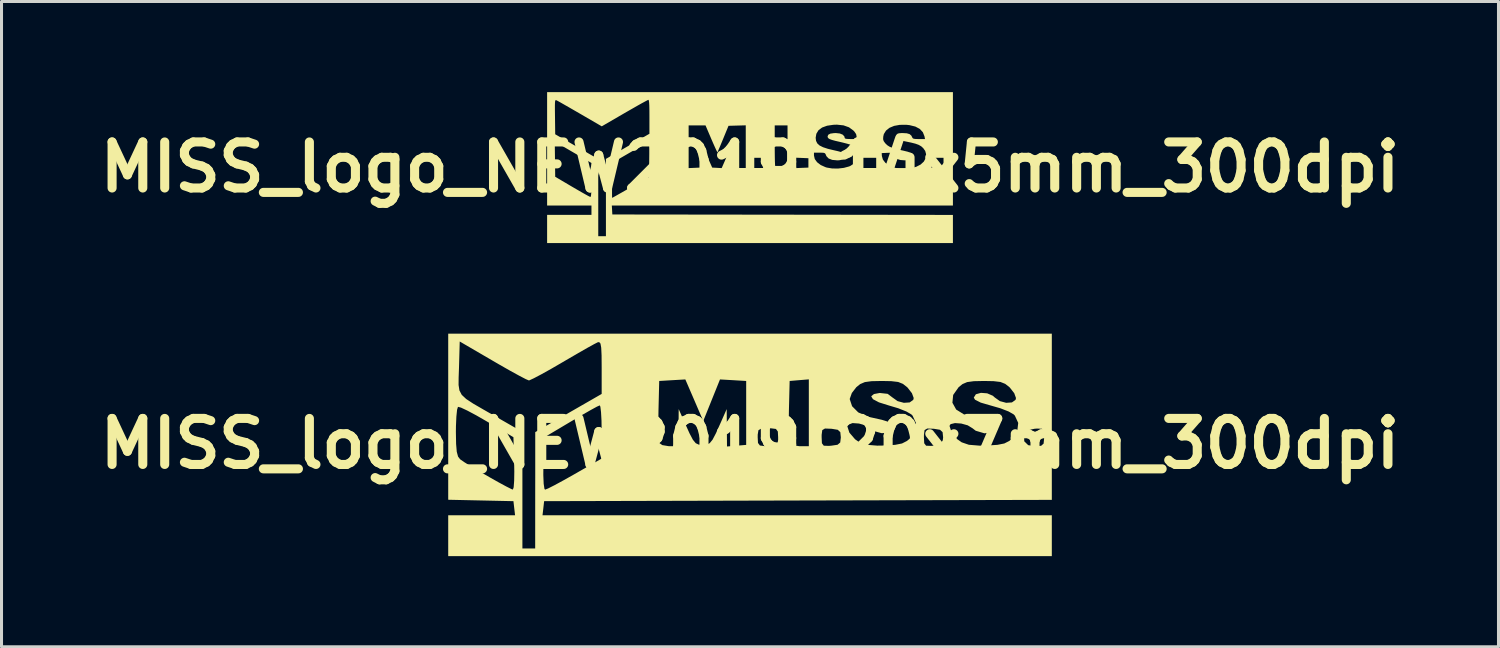
<source format=kicad_pcb>
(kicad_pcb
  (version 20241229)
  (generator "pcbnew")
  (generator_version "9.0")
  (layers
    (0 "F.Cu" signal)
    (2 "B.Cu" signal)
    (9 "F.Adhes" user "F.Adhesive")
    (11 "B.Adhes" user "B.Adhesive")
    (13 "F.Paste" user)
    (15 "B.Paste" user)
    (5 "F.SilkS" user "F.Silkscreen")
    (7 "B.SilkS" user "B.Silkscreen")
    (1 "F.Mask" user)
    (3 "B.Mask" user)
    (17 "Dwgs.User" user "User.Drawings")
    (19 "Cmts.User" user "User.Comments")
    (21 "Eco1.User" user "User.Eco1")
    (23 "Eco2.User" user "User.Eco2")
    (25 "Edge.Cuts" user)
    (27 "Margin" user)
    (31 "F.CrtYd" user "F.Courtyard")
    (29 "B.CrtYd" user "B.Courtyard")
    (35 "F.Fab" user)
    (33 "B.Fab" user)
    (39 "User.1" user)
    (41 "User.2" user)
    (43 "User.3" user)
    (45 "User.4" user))
  (footprint "MISS_logo_NEW2019_14x5mm_300dpi"
    (layer "F.Cu")
    (at 21.779 2.484)
    (property "Reference" "MISS_logo_NEW2019_14x5mm_300dpi" (at 0 0 0) (layer "F.SilkS") (effects (font (size 1.524 1.524) (thickness 0.3))))
    (attr board_only exclude_from_pos_files exclude_from_bom)
    (fp_poly (pts (xy 6.717 1.27) (xy -4.575 1.27) (xy -4.566 1.418) (xy -4.558 1.566) (xy 1.079 1.573) (xy 6.717 1.581) (xy 6.717 2.512) (xy -6.717 2.512) (xy -6.717 1.58) (xy -5.249 1.58) (xy -5.249 1.27) (xy -6.717 1.27) (xy -6.717 -0.846) (xy -6.464 -0.846) (xy -6.449 0.318) (xy -5.884 0.651) (xy -5.722 0.745) (xy -5.575 0.83) (xy -5.451 0.9) (xy -5.356 0.952) (xy -5.298 0.981) (xy -5.285 0.986) (xy -5.272 0.973) (xy -5.263 0.931) (xy -5.256 0.853) (xy -5.252 0.733) (xy -5.25 0.567) (xy -5.249 0.425) (xy -5.249 -0.138) (xy -5.51 -0.291) (xy -5.639 -0.366) (xy -5.797 -0.458) (xy -5.964 -0.555) (xy -6.118 -0.645) (xy -6.464 -0.846) (xy -6.717 -0.846) (xy -6.717 -2.038) (xy -6.459 -2.038) (xy -6.459 -1.909) (xy -6.457 -1.732) (xy -6.456 -1.663) (xy -6.449 -1.089) (xy -5.737 -0.679) (xy -5.025 -0.268) (xy -5.024 1.009) (xy -5.024 2.286) (xy -4.77 2.286) (xy -4.77 0.762) (xy -4.568 0.762) (xy -4.568 0.887) (xy -4.567 0.973) (xy -4.565 1.014) (xy -4.564 1.016) (xy -4.538 1.003) (xy -4.47 0.965) (xy -4.366 0.906) (xy -4.233 0.831) (xy -4.079 0.743) (xy -3.949 0.669) (xy -3.344 0.322) (xy -3.34 0.031) (xy -2.032 0.031) (xy -1.651 0.014) (xy -1.637 -0.406) (xy -1.623 -0.826) (xy -1.438 -0.406) (xy -1.252 0.014) (xy -1.095 0.022) (xy -0.938 0.031) (xy -0.744 -0.412) (xy -0.55 -0.856) (xy -0.543 -0.414) (xy -0.535 0.028) (xy -0.141 0.028) (xy 0.141 0.028) (xy 0.536 0.028) (xy 0.536 -0.31) (xy 0.141 -0.31) (xy 0.141 0.028) (xy -0.141 0.028) (xy -0.141 -0.696) (xy 0.818 -0.696) (xy 0.819 -0.505) (xy 0.821 -0.332) (xy 0.824 -0.187) (xy 0.829 -0.076) (xy 0.833 -0.008) (xy 0.837 0.009) (xy 0.873 0.019) (xy 0.949 0.026) (xy 1.048 0.028) (xy 1.242 0.028) (xy 1.242 -0.313) (xy 1.524 -0.313) (xy 1.524 0.031) (xy 1.729 0.022) (xy 1.933 0.014) (xy 1.933 -0.296) (xy 1.729 -0.305) (xy 1.524 -0.313) (xy 1.242 -0.313) (xy 1.242 -0.385) (xy 2.117 -0.385) (xy 2.144 -0.269) (xy 2.221 -0.163) (xy 2.341 -0.071) (xy 2.498 -0.000071) (xy 2.544 0.014) (xy 2.717 0.043) (xy 2.912 0.046) (xy 3.066 0.028) (xy 3.754 0.028) (xy 4.177 0.028) (xy 4.177 -0.31) (xy 3.754 -0.31) (xy 3.754 0.028) (xy 3.066 0.028) (xy 3.107 0.023) (xy 3.278 -0.023) (xy 3.317 -0.039) (xy 3.448 -0.123) (xy 3.537 -0.228) (xy 3.582 -0.346) (xy 3.584 -0.466) (xy 4.36 -0.466) (xy 4.365 -0.37) (xy 4.398 -0.253) (xy 4.479 -0.146) (xy 4.601 -0.057) (xy 4.757 0.009) (xy 4.831 0.028) (xy 4.962 0.043) (xy 5.121 0.044) (xy 5.285 0.032) (xy 5.306 0.028) (xy 6.011 0.028) (xy 6.406 0.028) (xy 6.406 -0.31) (xy 6.011 -0.31) (xy 6.011 0.028) (xy 5.306 0.028) (xy 5.431 0.008) (xy 5.503 -0.013) (xy 5.648 -0.087) (xy 5.753 -0.184) (xy 5.815 -0.297) (xy 5.832 -0.417) (xy 5.8 -0.537) (xy 5.734 -0.63) (xy 5.667 -0.691) (xy 5.585 -0.738) (xy 5.478 -0.777) (xy 5.332 -0.814) (xy 5.244 -0.832) (xy 5.068 -0.869) (xy 4.942 -0.902) (xy 4.861 -0.933) (xy 4.82 -0.967) (xy 4.812 -1.006) (xy 4.834 -1.054) (xy 4.844 -1.069) (xy 4.878 -1.104) (xy 4.93 -1.122) (xy 5.015 -1.129) (xy 5.055 -1.129) (xy 5.191 -1.121) (xy 5.283 -1.094) (xy 5.34 -1.045) (xy 5.363 -1) (xy 5.381 -0.964) (xy 5.41 -0.944) (xy 5.464 -0.934) (xy 5.556 -0.931) (xy 5.591 -0.931) (xy 5.793 -0.931) (xy 5.775 -1.023) (xy 5.721 -1.158) (xy 5.62 -1.266) (xy 5.473 -1.344) (xy 5.282 -1.391) (xy 5.173 -1.403) (xy 4.958 -1.401) (xy 4.771 -1.367) (xy 4.617 -1.303) (xy 4.502 -1.211) (xy 4.43 -1.095) (xy 4.411 -1.013) (xy 4.406 -0.927) (xy 4.424 -0.865) (xy 4.471 -0.799) (xy 4.485 -0.783) (xy 4.544 -0.726) (xy 4.617 -0.679) (xy 4.713 -0.638) (xy 4.843 -0.6) (xy 5.017 -0.559) (xy 5.066 -0.549) (xy 5.225 -0.51) (xy 5.333 -0.47) (xy 5.396 -0.426) (xy 5.418 -0.375) (xy 5.419 -0.368) (xy 5.393 -0.3) (xy 5.318 -0.253) (xy 5.198 -0.229) (xy 5.123 -0.226) (xy 4.977 -0.237) (xy 4.873 -0.271) (xy 4.803 -0.333) (xy 4.771 -0.39) (xy 4.747 -0.439) (xy 4.72 -0.466) (xy 4.674 -0.476) (xy 4.594 -0.476) (xy 4.545 -0.474) (xy 4.36 -0.466) (xy 3.584 -0.466) (xy 3.584 -0.467) (xy 3.54 -0.581) (xy 3.451 -0.678) (xy 3.383 -0.721) (xy 3.322 -0.745) (xy 3.221 -0.775) (xy 3.095 -0.808) (xy 2.991 -0.833) (xy 2.826 -0.871) (xy 2.709 -0.903) (xy 2.633 -0.931) (xy 2.589 -0.961) (xy 2.571 -0.994) (xy 2.568 -1.016) (xy 2.59 -1.073) (xy 2.659 -1.11) (xy 2.776 -1.127) (xy 2.843 -1.129) (xy 2.973 -1.115) (xy 3.069 -1.076) (xy 3.124 -1.016) (xy 3.133 -0.973) (xy 3.145 -0.95) (xy 3.19 -0.937) (xy 3.276 -0.932) (xy 3.33 -0.931) (xy 3.528 -0.931) (xy 3.528 -1.019) (xy 3.512 -1.095) (xy 3.458 -1.175) (xy 3.421 -1.214) (xy 3.276 -1.32) (xy 3.095 -1.384) (xy 2.877 -1.407) (xy 2.76 -1.403) (xy 2.551 -1.372) (xy 2.386 -1.312) (xy 2.267 -1.223) (xy 2.196 -1.106) (xy 2.173 -0.973) (xy 2.186 -0.871) (xy 2.227 -0.787) (xy 2.302 -0.718) (xy 2.418 -0.66) (xy 2.579 -0.607) (xy 2.751 -0.566) (xy 2.916 -0.528) (xy 3.033 -0.496) (xy 3.11 -0.465) (xy 3.154 -0.431) (xy 3.173 -0.393) (xy 3.175 -0.367) (xy 3.149 -0.298) (xy 3.073 -0.251) (xy 2.949 -0.228) (xy 2.885 -0.226) (xy 2.721 -0.241) (xy 2.603 -0.287) (xy 2.53 -0.363) (xy 2.517 -0.392) (xy 2.498 -0.439) (xy 2.472 -0.465) (xy 2.425 -0.477) (xy 2.341 -0.48) (xy 2.302 -0.48) (xy 2.117 -0.48) (xy 2.117 -0.385) (xy 1.242 -0.385) (xy 1.242 -1.383) (xy 0.818 -1.383) (xy 0.818 -0.696) (xy -0.141 -0.696) (xy -0.141 -1.385) (xy -0.427 -1.377) (xy -0.712 -1.369) (xy -0.89 -0.936) (xy -0.95 -0.791) (xy -1.002 -0.666) (xy -1.044 -0.569) (xy -1.07 -0.508) (xy -1.078 -0.493) (xy -1.092 -0.514) (xy -1.124 -0.579) (xy -1.17 -0.68) (xy -1.227 -0.808) (xy -1.281 -0.933) (xy -1.473 -1.383) (xy -2.032 -1.383) (xy -2.032 0.031) (xy -3.34 0.031) (xy -3.337 -0.248) (xy -3.335 -0.45) (xy -3.335 -0.6) (xy -3.338 -0.706) (xy -3.344 -0.774) (xy -3.354 -0.809) (xy -3.365 -0.817) (xy -3.399 -0.803) (xy -3.474 -0.765) (xy -3.583 -0.705) (xy -3.719 -0.629) (xy -3.875 -0.541) (xy -3.979 -0.481) (xy -4.558 -0.146) (xy -4.566 0.435) (xy -4.567 0.609) (xy -4.568 0.762) (xy -4.77 0.762) (xy -4.77 -0.274) (xy -4.05 -0.69) (xy -3.33 -1.106) (xy -3.33 -1.668) (xy -3.331 -1.875) (xy -3.334 -2.03) (xy -3.34 -2.138) (xy -3.349 -2.202) (xy -3.36 -2.228) (xy -3.363 -2.23) (xy -3.395 -2.216) (xy -3.469 -2.177) (xy -3.58 -2.117) (xy -3.721 -2.038) (xy -3.885 -1.944) (xy -4.067 -1.84) (xy -4.152 -1.791) (xy -4.908 -1.352) (xy -5.636 -1.775) (xy -5.822 -1.882) (xy -5.993 -1.981) (xy -6.144 -2.067) (xy -6.268 -2.138) (xy -6.358 -2.188) (xy -6.408 -2.214) (xy -6.414 -2.217) (xy -6.431 -2.22) (xy -6.443 -2.211) (xy -6.452 -2.182) (xy -6.457 -2.127) (xy -6.459 -2.038) (xy -6.717 -2.038) (xy -6.717 -2.484) (xy 6.717 -2.484)) (stroke (width 0) (type solid)) (fill yes) (layer "F.SilkS")))
  (footprint "MISS_logo_NEW2019_20x7mm_300dpi"
    (layer "F.Cu")
    (at 21.779 11.636)
    (property "Reference" "MISS_logo_NEW2019_20x7mm_300dpi" (at 0 0 0) (layer "F.SilkS") (effects (font (size 1.524 1.524) (thickness 0.3))))
    (attr board_only exclude_from_pos_files exclude_from_bom)
    (fp_poly (pts (xy 9.991 1.862) (xy 1.587 1.883) (xy -6.816 1.905) (xy -6.842 2.138) (xy -6.869 2.371) (xy 9.991 2.371) (xy 9.991 3.725) (xy -9.991 3.725) (xy -9.991 2.371) (xy -7.778 2.371) (xy -7.805 2.138) (xy -7.832 1.905) (xy -9.991 1.858) (xy -9.991 -0.386) (xy -9.737 -0.386) (xy -9.73 0.009) (xy -9.708 0.27) (xy -9.665 0.429) (xy -9.597 0.518) (xy -9.465 0.61) (xy -9.234 0.754) (xy -8.941 0.928) (xy -8.625 1.111) (xy -8.32 1.283) (xy -8.065 1.421) (xy -7.895 1.506) (xy -7.85 1.521) (xy -7.824 1.444) (xy -7.808 1.232) (xy -7.803 0.922) (xy -7.808 0.656) (xy -7.832 -0.212) (xy -8.715 -0.736) (xy -9.061 -0.935) (xy -9.355 -1.092) (xy -9.568 -1.192) (xy -9.667 -1.218) (xy -9.668 -1.218) (xy -9.698 -1.12) (xy -9.721 -0.893) (xy -9.735 -0.576) (xy -9.737 -0.386) (xy -9.991 -0.386) (xy -9.991 -1.942) (xy -9.648 -1.942) (xy -9.62 -1.761) (xy -9.543 -1.615) (xy -9.397 -1.478) (xy -9.163 -1.324) (xy -8.821 -1.126) (xy -8.455 -0.917) (xy -7.535 -0.388) (xy -7.535 3.471) (xy -7.112 3.471) (xy -7.111 1.545) (xy -7.11 1.038) (xy -6.843 1.038) (xy -6.831 1.326) (xy -6.806 1.494) (xy -6.785 1.524) (xy -6.684 1.484) (xy -6.469 1.375) (xy -6.171 1.213) (xy -5.82 1.016) (xy -5.808 1.009) (xy -4.911 0.494) (xy -4.911 -0.388) (xy -4.916 -0.71) (xy -3.036 -0.71) (xy -3.034 -0.371) (xy -3.025 -0.129) (xy -3.011 -0.026) (xy -2.904 0.049) (xy -2.696 0.084) (xy -2.67 0.085) (xy -2.371 0.085) (xy -2.366 -0.529) (xy -2.361 -1.143) (xy -2.155 -0.677) (xy -2.002 -0.339) (xy -1.891 -0.128) (xy -1.797 -0.014) (xy -1.697 0.033) (xy -1.566 0.042) (xy -1.435 0.033) (xy -1.335 -0.014) (xy -1.241 -0.129) (xy -1.13 -0.34) (xy -0.978 -0.677) (xy -0.772 -1.143) (xy -0.767 -0.524) (xy -0.762 0.095) (xy -0.445 0.069) (xy -0.127 0.042) (xy -0.127 -0.212) (xy 0.254 -0.212) (xy 0.264 -0.022) (xy 0.328 0.062) (xy 0.493 0.084) (xy 0.593 0.085) (xy 0.81 0.076) (xy 0.906 0.02) (xy 0.931 -0.124) (xy 0.931 -0.212) (xy 0.921 -0.401) (xy 0.858 -0.486) (xy 0.693 -0.507) (xy 0.593 -0.508) (xy 0.376 -0.499) (xy 0.279 -0.444) (xy 0.255 -0.299) (xy 0.254 -0.212) (xy -0.127 -0.212) (xy -0.127 -0.71) (xy 1.282 -0.71) (xy 1.284 -0.371) (xy 1.293 -0.129) (xy 1.307 -0.026) (xy 1.414 0.049) (xy 1.622 0.084) (xy 1.648 0.085) (xy 1.947 0.085) (xy 1.947 -0.212) (xy 2.371 -0.212) (xy 2.38 -0.012) (xy 2.442 0.069) (xy 2.607 0.075) (xy 2.688 0.069) (xy 2.897 0.038) (xy 2.986 -0.037) (xy 3.006 -0.199) (xy 3.006 -0.212) (xy 2.989 -0.38) (xy 2.905 -0.458) (xy 2.704 -0.491) (xy 2.688 -0.492) (xy 2.481 -0.5) (xy 2.392 -0.447) (xy 2.371 -0.29) (xy 2.371 -0.212) (xy 1.947 -0.212) (xy 1.947 -0.587) (xy 3.217 -0.587) (xy 3.29 -0.363) (xy 3.478 -0.144) (xy 3.622 -0.043) (xy 3.859 0.038) (xy 4.21 0.067) (xy 4.461 0.063) (xy 4.805 0.04) (xy 5.032 -0.005) (xy 5.195 -0.088) (xy 5.286 -0.164) (xy 5.319 -0.212) (xy 5.757 -0.212) (xy 5.767 -0.012) (xy 5.829 0.069) (xy 5.993 0.075) (xy 6.075 0.069) (xy 6.284 0.038) (xy 6.373 -0.037) (xy 6.392 -0.199) (xy 6.392 -0.212) (xy 6.375 -0.38) (xy 6.291 -0.458) (xy 6.09 -0.491) (xy 6.075 -0.492) (xy 5.867 -0.5) (xy 5.778 -0.447) (xy 5.758 -0.29) (xy 5.757 -0.212) (xy 5.319 -0.212) (xy 5.46 -0.416) (xy 5.481 -0.587) (xy 6.604 -0.587) (xy 6.677 -0.363) (xy 6.864 -0.144) (xy 7.008 -0.043) (xy 7.245 0.038) (xy 7.597 0.067) (xy 7.847 0.063) (xy 8.192 0.04) (xy 8.419 -0.005) (xy 8.582 -0.088) (xy 8.673 -0.164) (xy 8.775 -0.313) (xy 9.074 -0.313) (xy 9.078 -0.078) (xy 9.209 0.051) (xy 9.438 0.085) (xy 9.637 0.072) (xy 9.719 0.00012) (xy 9.737 -0.183) (xy 9.737 -0.217) (xy 9.727 -0.413) (xy 9.664 -0.492) (xy 9.498 -0.498) (xy 9.42 -0.492) (xy 9.182 -0.442) (xy 9.08 -0.335) (xy 9.074 -0.313) (xy 8.775 -0.313) (xy 8.847 -0.416) (xy 8.879 -0.685) (xy 8.768 -0.926) (xy 8.726 -0.969) (xy 8.561 -1.064) (xy 8.291 -1.169) (xy 7.985 -1.257) (xy 7.637 -1.358) (xy 7.449 -1.454) (xy 7.408 -1.524) (xy 7.477 -1.634) (xy 7.645 -1.681) (xy 7.852 -1.665) (xy 8.04 -1.584) (xy 8.101 -1.529) (xy 8.272 -1.407) (xy 8.48 -1.351) (xy 8.671 -1.364) (xy 8.79 -1.448) (xy 8.805 -1.509) (xy 8.747 -1.669) (xy 8.604 -1.852) (xy 8.587 -1.869) (xy 8.449 -1.978) (xy 8.291 -2.041) (xy 8.063 -2.068) (xy 7.747 -2.074) (xy 7.409 -2.067) (xy 7.188 -2.037) (xy 7.034 -1.971) (xy 6.907 -1.869) (xy 6.725 -1.611) (xy 6.7 -1.354) (xy 6.825 -1.128) (xy 7.09 -0.963) (xy 7.177 -0.935) (xy 7.476 -0.856) (xy 7.802 -0.772) (xy 7.853 -0.76) (xy 8.094 -0.668) (xy 8.206 -0.556) (xy 8.177 -0.447) (xy 8.079 -0.39) (xy 7.76 -0.341) (xy 7.471 -0.427) (xy 7.366 -0.508) (xy 7.206 -0.606) (xy 6.993 -0.665) (xy 6.785 -0.68) (xy 6.639 -0.645) (xy 6.604 -0.587) (xy 5.481 -0.587) (xy 5.493 -0.685) (xy 5.382 -0.925) (xy 5.34 -0.968) (xy 5.176 -1.064) (xy 4.906 -1.171) (xy 4.599 -1.262) (xy 4.268 -1.366) (xy 4.07 -1.471) (xy 4.012 -1.567) (xy 4.102 -1.641) (xy 4.293 -1.677) (xy 4.557 -1.648) (xy 4.714 -1.529) (xy 4.885 -1.407) (xy 5.093 -1.351) (xy 5.285 -1.364) (xy 5.404 -1.448) (xy 5.419 -1.509) (xy 5.36 -1.669) (xy 5.218 -1.852) (xy 5.2 -1.869) (xy 5.062 -1.978) (xy 4.904 -2.041) (xy 4.676 -2.068) (xy 4.36 -2.074) (xy 4.022 -2.067) (xy 3.802 -2.037) (xy 3.647 -1.971) (xy 3.52 -1.869) (xy 3.371 -1.676) (xy 3.302 -1.483) (xy 3.302 -1.47) (xy 3.379 -1.238) (xy 3.582 -1.035) (xy 3.867 -0.901) (xy 3.927 -0.886) (xy 4.363 -0.789) (xy 4.646 -0.702) (xy 4.794 -0.62) (xy 4.826 -0.556) (xy 4.756 -0.423) (xy 4.58 -0.352) (xy 4.351 -0.347) (xy 4.122 -0.411) (xy 3.979 -0.508) (xy 3.819 -0.606) (xy 3.607 -0.665) (xy 3.399 -0.68) (xy 3.253 -0.645) (xy 3.217 -0.587) (xy 1.947 -0.587) (xy 1.947 -2.127) (xy 1.63 -2.101) (xy 1.312 -2.074) (xy 1.288 -1.106) (xy 1.282 -0.71) (xy -0.127 -0.71) (xy -0.127 -2.074) (xy -0.56 -2.1) (xy -0.994 -2.125) (xy -1.271 -1.437) (xy -1.548 -0.749) (xy -1.844 -1.437) (xy -2.141 -2.125) (xy -2.573 -2.1) (xy -3.006 -2.074) (xy -3.03 -1.106) (xy -3.036 -0.71) (xy -4.916 -0.71) (xy -4.916 -0.751) (xy -4.932 -1.04) (xy -4.954 -1.222) (xy -4.974 -1.266) (xy -5.068 -1.224) (xy -5.275 -1.111) (xy -5.567 -0.944) (xy -5.913 -0.741) (xy -5.927 -0.733) (xy -6.816 -0.204) (xy -6.84 0.66) (xy -6.843 1.038) (xy -7.11 1.038) (xy -7.11 -0.381) (xy -6.01 -1.013) (xy -4.911 -1.645) (xy -4.911 -2.525) (xy -4.914 -2.921) (xy -4.926 -3.175) (xy -4.951 -3.313) (xy -4.994 -3.361) (xy -5.04 -3.355) (xy -5.158 -3.295) (xy -5.39 -3.167) (xy -5.707 -2.985) (xy -6.079 -2.769) (xy -6.202 -2.697) (xy -6.579 -2.478) (xy -6.907 -2.295) (xy -7.158 -2.163) (xy -7.301 -2.097) (xy -7.321 -2.092) (xy -7.421 -2.134) (xy -7.64 -2.248) (xy -7.948 -2.417) (xy -8.318 -2.628) (xy -8.509 -2.739) (xy -9.61 -3.381) (xy -9.634 -2.517) (xy -9.646 -2.186) (xy -9.648 -1.942) (xy -9.991 -1.942) (xy -9.991 -3.641) (xy 9.991 -3.641)) (stroke (width 0) (type solid)) (fill yes) (layer "F.SilkS")))
  (gr_rect
    (start -3 -3)
    (end 46.557 18.361)
    (stroke (width 0.1) (type default))
    (fill no)
    (layer "Edge.Cuts")))
</source>
